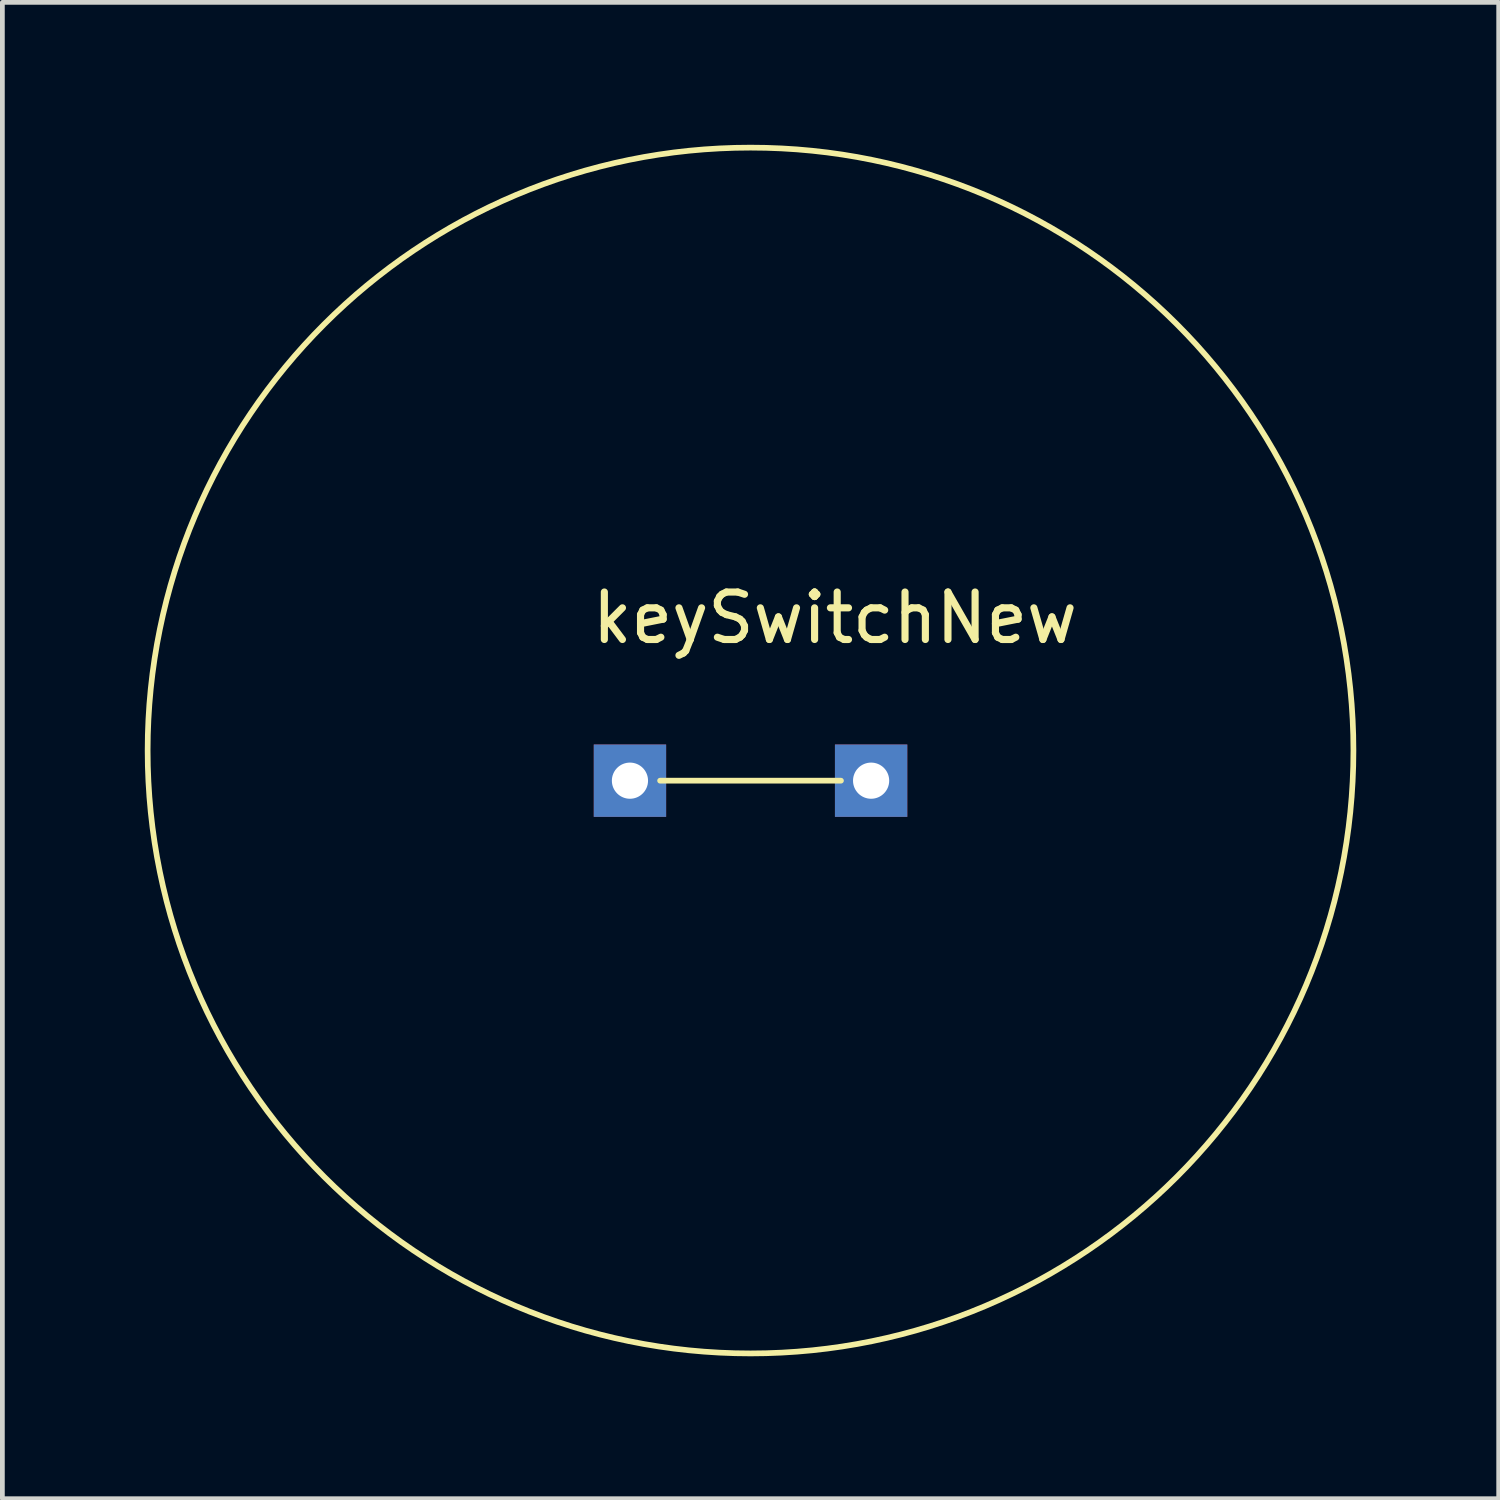
<source format=kicad_pcb>
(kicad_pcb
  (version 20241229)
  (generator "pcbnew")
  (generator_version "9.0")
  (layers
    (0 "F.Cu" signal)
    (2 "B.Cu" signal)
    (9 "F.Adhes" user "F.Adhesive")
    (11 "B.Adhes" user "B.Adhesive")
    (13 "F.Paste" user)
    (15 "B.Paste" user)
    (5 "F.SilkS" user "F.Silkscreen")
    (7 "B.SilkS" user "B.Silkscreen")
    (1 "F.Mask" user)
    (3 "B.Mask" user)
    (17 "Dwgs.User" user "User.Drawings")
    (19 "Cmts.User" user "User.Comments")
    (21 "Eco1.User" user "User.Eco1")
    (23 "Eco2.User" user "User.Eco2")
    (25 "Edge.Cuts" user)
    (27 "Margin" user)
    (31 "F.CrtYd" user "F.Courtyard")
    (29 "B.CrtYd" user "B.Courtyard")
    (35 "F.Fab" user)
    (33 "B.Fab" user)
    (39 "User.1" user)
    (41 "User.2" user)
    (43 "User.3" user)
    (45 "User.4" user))
  (footprint "keySwitchNew"
    (layer "F.Cu")
    (at 10.22 12.125)
    (property "Reference" "keySwitchNew" (at 4.318 -2.159 0) (layer "F.SilkS") (effects (font (size 1 1) (thickness 0.15))))
    (attr through_hole)
    (fp_line (start 0.635 1.27) (end 4.445 1.27) (stroke (width 0.12) (type solid)) (layer "F.SilkS"))
    (fp_circle (center 2.54 0.635) (end 2.54 -12.065) (stroke (width 0.12) (type solid)) (fill no) (layer "F.SilkS"))
    (pad "1" thru_hole rect (at 0 1.27) (size 1.524 1.524) (drill 0.762) (layers "*.Cu" "*.Mask"))
    (pad "2" thru_hole rect (at 5.08 1.27) (size 1.524 1.524) (drill 0.762) (layers "*.Cu" "*.Mask")))
  (gr_rect
    (start -3 -3)
    (end 28.52 28.52)
    (stroke (width 0.1) (type default))
    (fill no)
    (layer "Edge.Cuts")))
</source>
